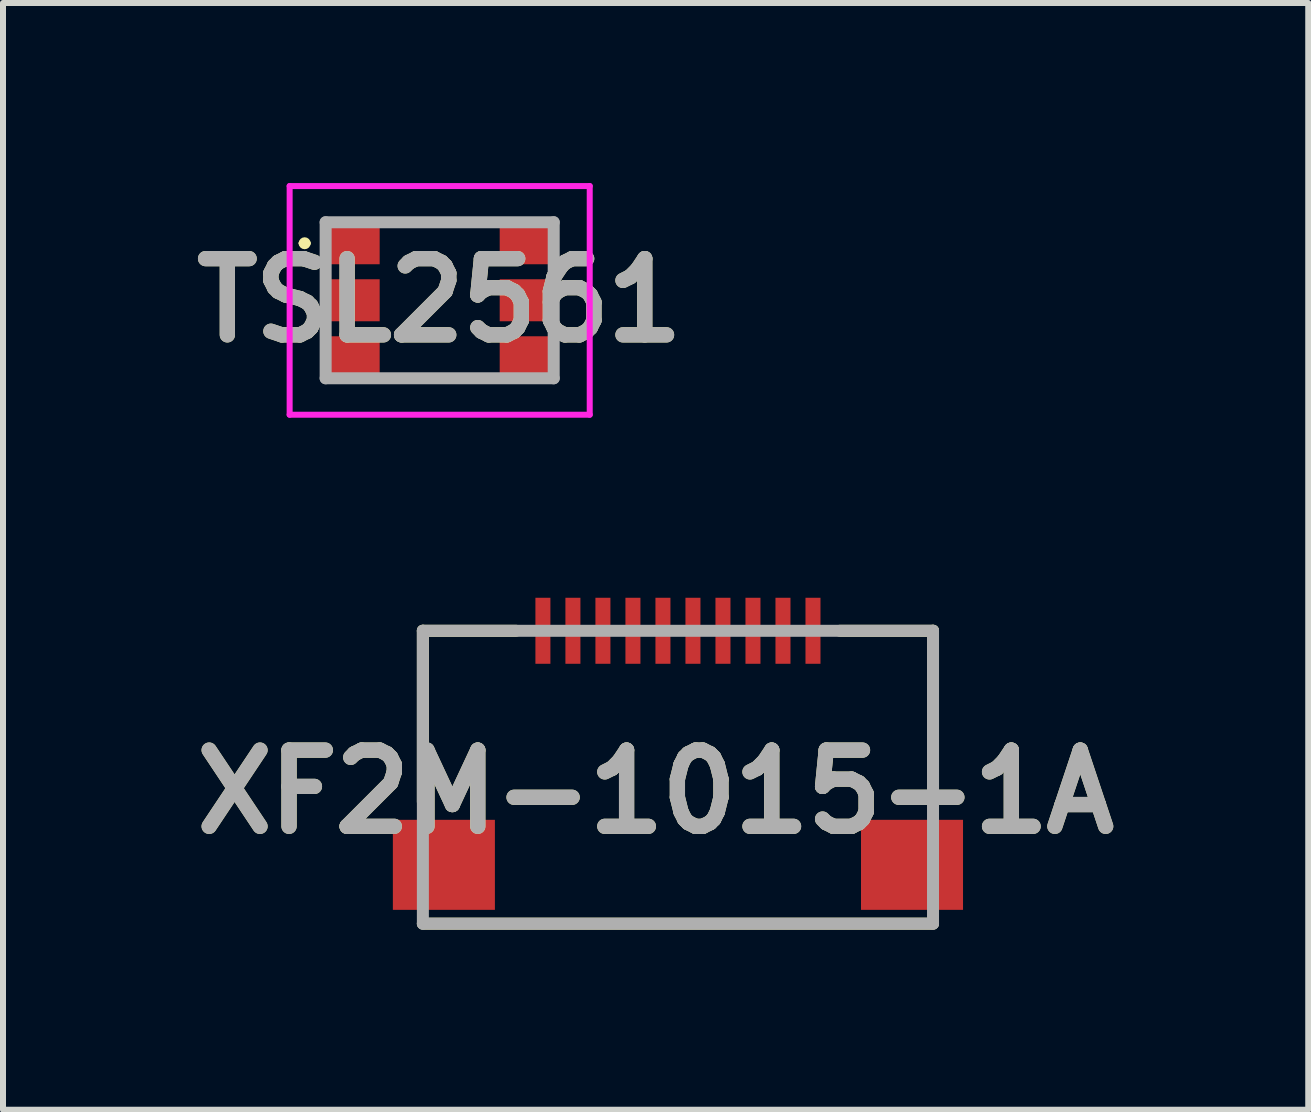
<source format=kicad_pcb>
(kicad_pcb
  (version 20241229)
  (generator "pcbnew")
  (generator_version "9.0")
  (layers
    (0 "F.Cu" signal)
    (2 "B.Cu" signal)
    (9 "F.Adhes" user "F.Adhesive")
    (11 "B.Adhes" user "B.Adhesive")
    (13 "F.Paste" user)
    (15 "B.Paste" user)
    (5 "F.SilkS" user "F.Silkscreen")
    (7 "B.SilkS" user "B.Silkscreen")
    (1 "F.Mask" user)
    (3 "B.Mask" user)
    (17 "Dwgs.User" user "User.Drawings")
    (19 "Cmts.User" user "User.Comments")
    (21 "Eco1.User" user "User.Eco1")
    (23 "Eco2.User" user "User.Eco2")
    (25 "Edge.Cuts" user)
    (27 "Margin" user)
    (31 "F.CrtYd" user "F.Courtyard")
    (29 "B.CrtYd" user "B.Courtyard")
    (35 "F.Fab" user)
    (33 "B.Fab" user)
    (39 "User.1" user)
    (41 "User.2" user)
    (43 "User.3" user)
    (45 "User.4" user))
  (footprint "TSL2561"
    (layer "F.Cu")
    (at 4.276 1.953)
    (property "Reference" "TSL2561" (at 0 0.002 0) (layer "F.SilkS") (effects (font (size 1.27 1.27) (thickness 0.254))))
    (attr smd)
    (fp_line (start -2.3 -0.95) (end -2.3 -0.95) (stroke (width 0.1) (type solid)) (layer "F.SilkS"))
    (fp_line (start -2.2 -0.95) (end -2.2 -0.95) (stroke (width 0.1) (type solid)) (layer "F.SilkS"))
    (fp_line (start -0.5 -1.3) (end 0.5 -1.303) (stroke (width 0.1) (type solid)) (layer "F.SilkS"))
    (fp_line (start -0.5 1.3) (end 0.5 1.307) (stroke (width 0.1) (type solid)) (layer "F.SilkS"))
    (fp_arc (start -2.3 -0.95) (mid -2.25 -1) (end -2.2 -0.95) (stroke (width 0.1) (type solid)) (layer "F.SilkS"))
    (fp_arc (start -2.2 -0.95) (mid -2.25 -0.9) (end -2.3 -0.95) (stroke (width 0.1) (type solid)) (layer "F.SilkS"))
    (fp_line (start -2.5 -1.903) (end 2.5 -1.903) (stroke (width 0.1) (type solid)) (layer "F.CrtYd"))
    (fp_line (start -2.5 1.907) (end -2.5 -1.903) (stroke (width 0.1) (type solid)) (layer "F.CrtYd"))
    (fp_line (start 2.5 -1.903) (end 2.5 1.907) (stroke (width 0.1) (type solid)) (layer "F.CrtYd"))
    (fp_line (start 2.5 1.907) (end -2.5 1.907) (stroke (width 0.1) (type solid)) (layer "F.CrtYd"))
    (fp_line (start -1.9 -1.3) (end 1.9 -1.3) (stroke (width 0.2) (type solid)) (layer "F.Fab"))
    (fp_line (start -1.9 1.3) (end -1.9 -1.3) (stroke (width 0.2) (type solid)) (layer "F.Fab"))
    (fp_line (start 1.9 -1.3) (end 1.9 1.3) (stroke (width 0.2) (type solid)) (layer "F.Fab"))
    (fp_line (start 1.9 1.3) (end -1.9 1.3) (stroke (width 0.2) (type solid)) (layer "F.Fab"))
    (fp_text user "${REFERENCE}" (at 0 0.002 0) (layer "F.Fab") (effects (font (size 1.27 1.27) (thickness 0.254))))
    (pad "1" smd rect (at -1.45 -0.95 90) (size 0.7 0.9) (layers "F.Cu" "F.Mask" "F.Paste"))
    (pad "2" smd rect (at -1.45 0 90) (size 0.7 0.9) (layers "F.Cu" "F.Mask" "F.Paste"))
    (pad "3" smd rect (at -1.45 0.95 90) (size 0.7 0.9) (layers "F.Cu" "F.Mask" "F.Paste"))
    (pad "4" smd rect (at 1.45 0.95 90) (size 0.7 0.9) (layers "F.Cu" "F.Mask" "F.Paste"))
    (pad "5" smd rect (at 1.45 0 90) (size 0.7 0.9) (layers "F.Cu" "F.Mask" "F.Paste"))
    (pad "6" smd rect (at 1.45 -0.95 90) (size 0.7 0.9) (layers "F.Cu" "F.Mask" "F.Paste")))
  (footprint "XF2M-1015-1A"
    (layer "F.Cu")
    (at 8.246 7.46)
    (property "Reference" "XF2M-1015-1A" (at -0.372 2.684 0) (layer "F.SilkS") (effects (font (size 1.27 1.27) (thickness 0.254))))
    (attr smd)
    (fp_line (start -4.25 0) (end -4.25 2.85) (stroke (width 0.2) (type solid)) (layer "F.SilkS"))
    (fp_line (start -4.25 0) (end -2.7 0) (stroke (width 0.2) (type solid)) (layer "F.SilkS"))
    (fp_line (start -4.25 4.88) (end 4.25 4.88) (stroke (width 0.2) (type solid)) (layer "F.SilkS"))
    (fp_line (start 4.25 0) (end 2.7 0) (stroke (width 0.2) (type solid)) (layer "F.SilkS"))
    (fp_line (start 4.25 0) (end 4.25 2.85) (stroke (width 0.2) (type solid)) (layer "F.SilkS"))
    (fp_line (start -4.25 0) (end 4.25 0) (stroke (width 0.2) (type solid)) (layer "F.Fab"))
    (fp_line (start -4.25 4.88) (end -4.25 0) (stroke (width 0.2) (type solid)) (layer "F.Fab"))
    (fp_line (start 4.25 0) (end 4.25 4.88) (stroke (width 0.2) (type solid)) (layer "F.Fab"))
    (fp_line (start 4.25 4.88) (end -4.25 4.88) (stroke (width 0.2) (type solid)) (layer "F.Fab"))
    (fp_text user "${REFERENCE}" (at -0.372 2.684 0) (layer "F.Fab") (effects (font (size 1.27 1.27) (thickness 0.254))))
    (pad "1" smd rect (at -2.25 0) (size 0.25 1.1) (layers "F.Cu" "F.Mask" "F.Paste"))
    (pad "2" smd rect (at -1.75 0) (size 0.25 1.1) (layers "F.Cu" "F.Mask" "F.Paste"))
    (pad "3" smd rect (at -1.25 0) (size 0.25 1.1) (layers "F.Cu" "F.Mask" "F.Paste"))
    (pad "4" smd rect (at -0.75 0) (size 0.25 1.1) (layers "F.Cu" "F.Mask" "F.Paste"))
    (pad "5" smd rect (at -0.25 0) (size 0.25 1.1) (layers "F.Cu" "F.Mask" "F.Paste"))
    (pad "6" smd rect (at 0.25 0) (size 0.25 1.1) (layers "F.Cu" "F.Mask" "F.Paste"))
    (pad "7" smd rect (at 0.75 0) (size 0.25 1.1) (layers "F.Cu" "F.Mask" "F.Paste"))
    (pad "8" smd rect (at 1.25 0) (size 0.25 1.1) (layers "F.Cu" "F.Mask" "F.Paste"))
    (pad "9" smd rect (at 1.75 0) (size 0.25 1.1) (layers "F.Cu" "F.Mask" "F.Paste"))
    (pad "10" smd rect (at 2.25 0) (size 0.25 1.1) (layers "F.Cu" "F.Mask" "F.Paste"))
    (pad "11" smd rect (at -3.9 3.9 90) (size 1.5 1.7) (layers "F.Cu" "F.Mask" "F.Paste"))
    (pad "12" smd rect (at 3.9 3.9 90) (size 1.5 1.7) (layers "F.Cu" "F.Mask" "F.Paste")))
  (gr_rect
    (start -3 -3)
    (end 18.748 15.44)
    (stroke (width 0.1) (type default))
    (fill no)
    (layer "Edge.Cuts")))
</source>
